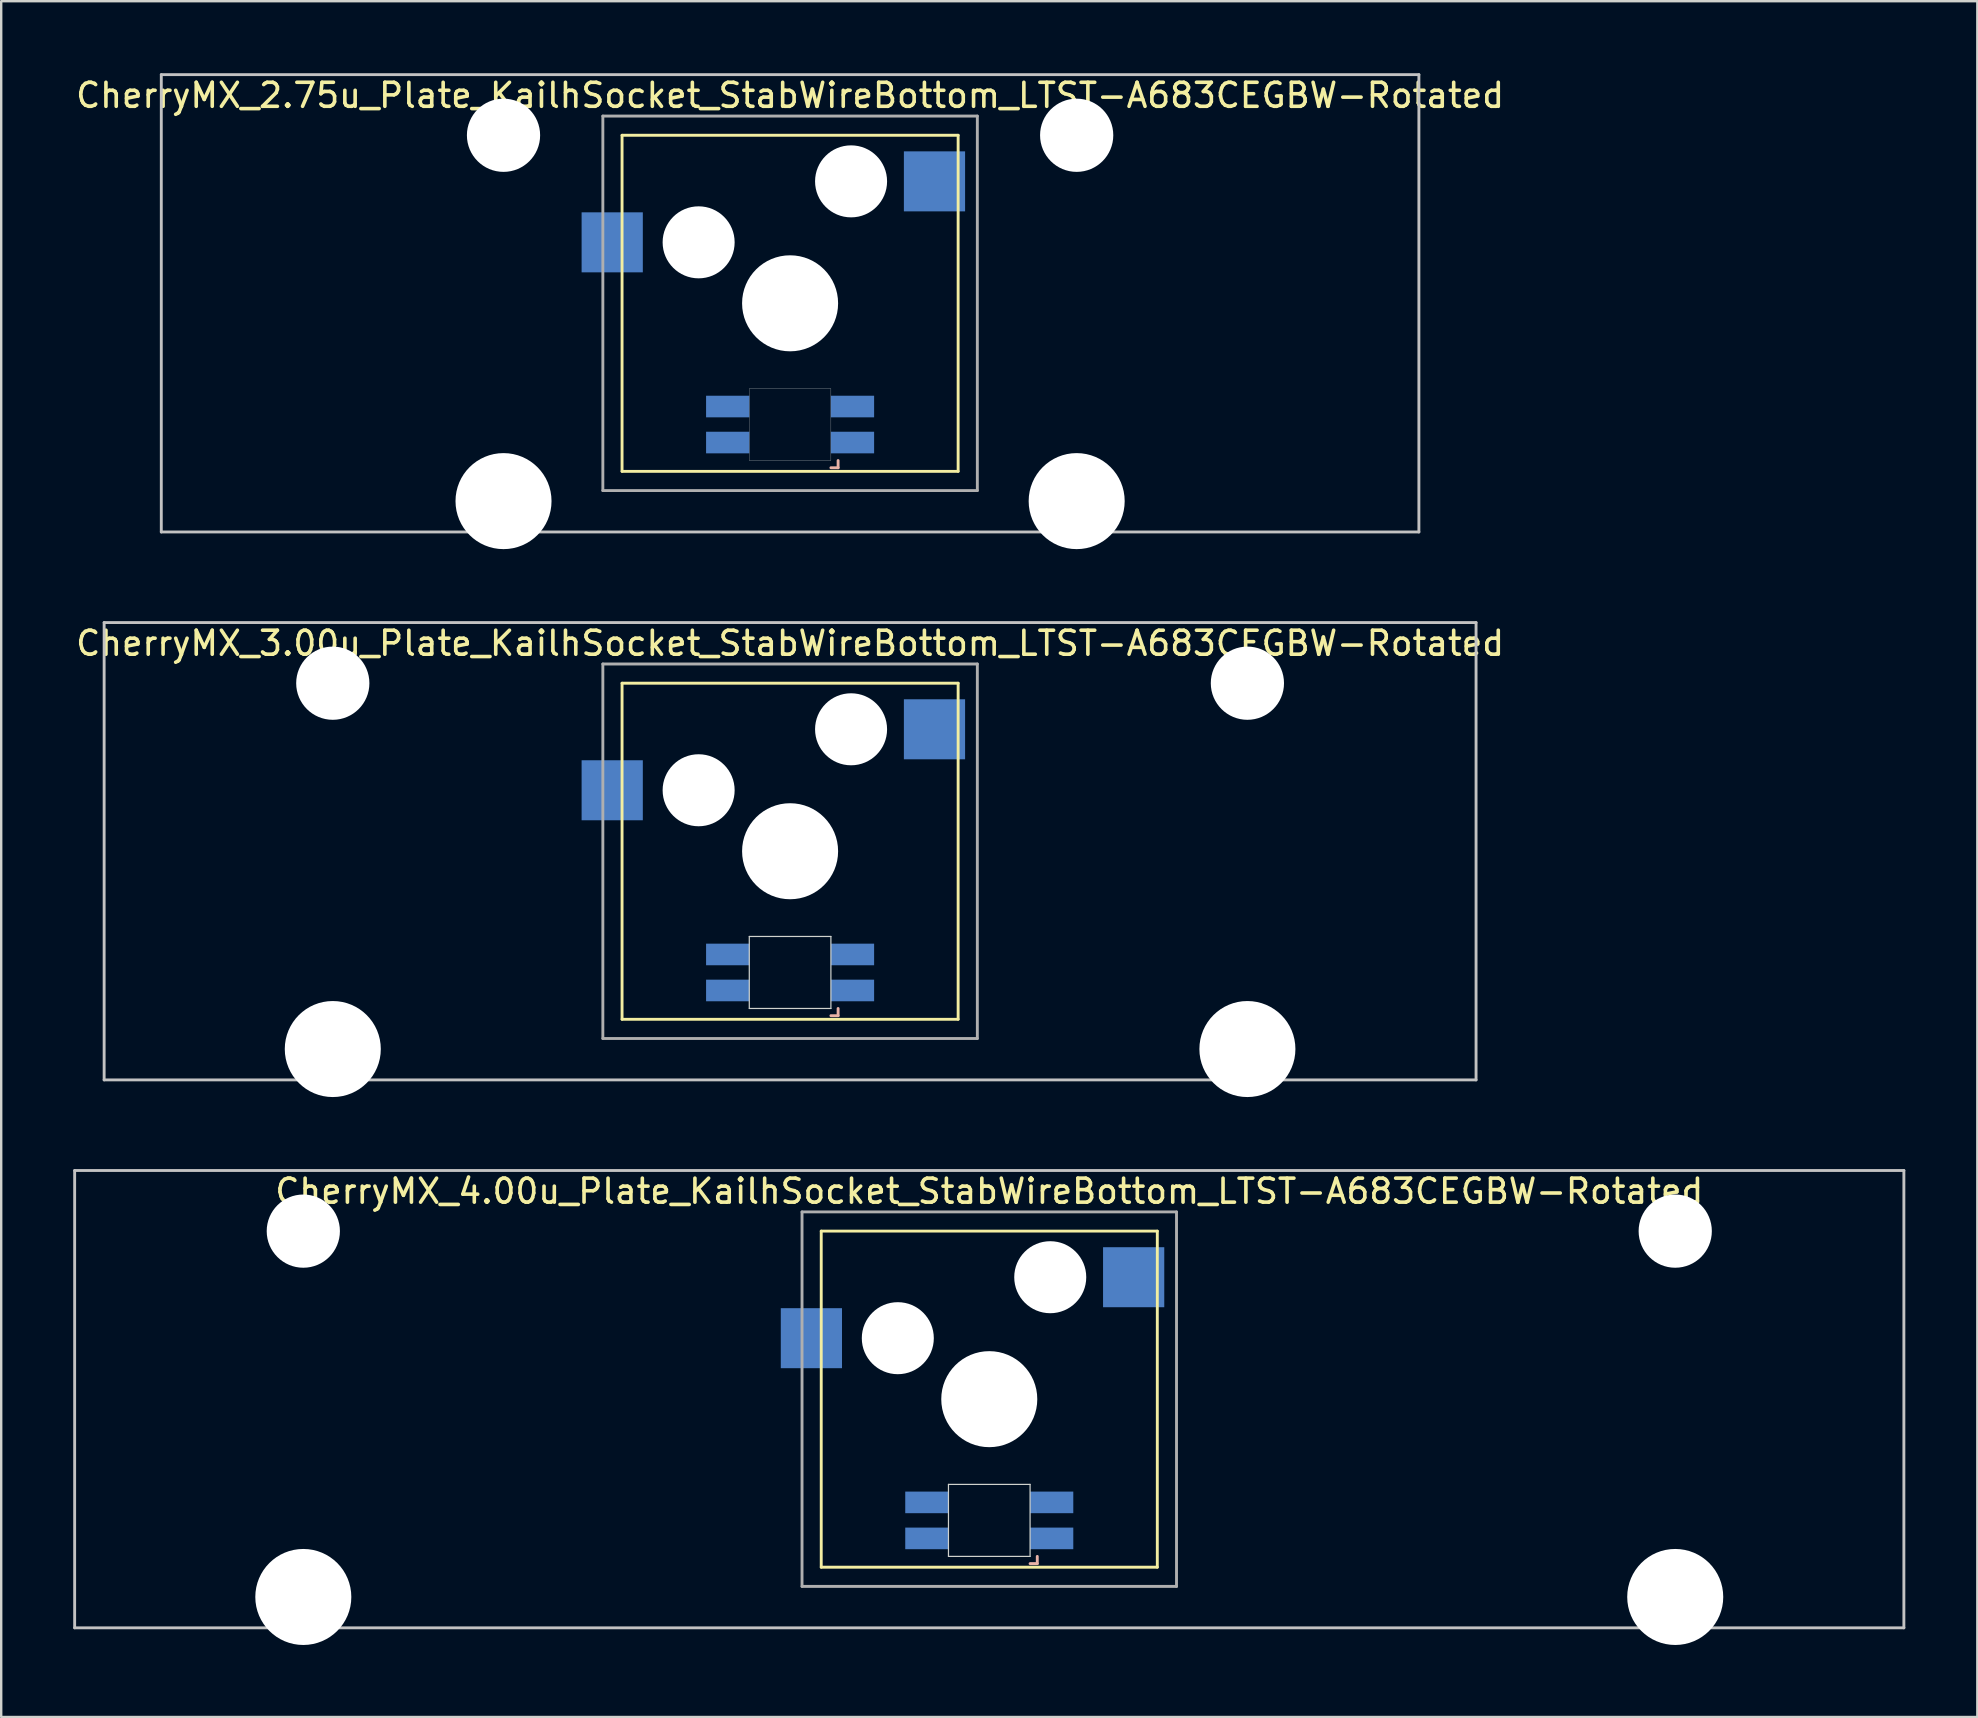
<source format=kicad_pcb>
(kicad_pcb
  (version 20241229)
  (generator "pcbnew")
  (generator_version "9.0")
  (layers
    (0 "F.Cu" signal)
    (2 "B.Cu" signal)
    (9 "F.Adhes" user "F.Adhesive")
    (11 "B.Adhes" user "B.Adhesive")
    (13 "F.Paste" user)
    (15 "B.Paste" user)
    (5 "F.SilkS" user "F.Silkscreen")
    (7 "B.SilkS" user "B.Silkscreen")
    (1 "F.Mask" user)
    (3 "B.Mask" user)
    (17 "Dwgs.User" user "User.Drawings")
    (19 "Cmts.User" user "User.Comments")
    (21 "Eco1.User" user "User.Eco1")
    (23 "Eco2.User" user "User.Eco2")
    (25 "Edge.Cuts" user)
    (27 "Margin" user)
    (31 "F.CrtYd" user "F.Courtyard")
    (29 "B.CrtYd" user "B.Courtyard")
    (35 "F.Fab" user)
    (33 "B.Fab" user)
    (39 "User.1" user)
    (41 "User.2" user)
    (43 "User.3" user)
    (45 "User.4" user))
  (footprint "CherryMX_2.75u_Plate_KailhSocket_StabWireBottom_LTST-A683CEGBW-Rotated"
    (layer "F.Cu")
    (at 29.863 9.585)
    (property "Reference" "CherryMX_2.75u_Plate_KailhSocket_StabWireBottom_LTST-A683CEGBW-Rotated" (at 0 -8.662 0) (layer "F.SilkS") (effects (font (size 1 1) (thickness 0.15))))
    (attr through_hole)
    (fp_line (start -7 -7) (end -7 7) (stroke (width 0.12) (type solid)) (layer "F.SilkS"))
    (fp_line (start -7 -7) (end 7 -7) (stroke (width 0.12) (type solid)) (layer "F.SilkS"))
    (fp_line (start 7 -7) (end 7 7) (stroke (width 0.12) (type solid)) (layer "F.SilkS"))
    (fp_line (start 7 7) (end -7 7) (stroke (width 0.12) (type solid)) (layer "F.SilkS"))
    (fp_line (start 1.7 6.85) (end 2 6.85) (stroke (width 0.12) (type solid)) (layer "B.SilkS"))
    (fp_line (start 2 6.85) (end 2 6.55) (stroke (width 0.12) (type solid)) (layer "B.SilkS"))
    (fp_line (start -26.194 -9.525) (end 26.194 -9.525) (stroke (width 0.12) (type solid)) (layer "Dwgs.User"))
    (fp_line (start -26.194 9.525) (end -26.194 -9.525) (stroke (width 0.12) (type solid)) (layer "Dwgs.User"))
    (fp_line (start 26.194 -9.525) (end 26.194 9.525) (stroke (width 0.12) (type solid)) (layer "Dwgs.User"))
    (fp_line (start 26.194 9.525) (end -26.194 9.525) (stroke (width 0.12) (type solid)) (layer "Dwgs.User"))
    (fp_poly (pts (xy -1.7 3.55) (xy 1.7 3.55) (xy 1.7 6.55) (xy -1.7 6.55)) (stroke (width 0.01) (type solid)) (fill no) (layer "Edge.Cuts"))
    (fp_line (start -7.8 -7.8) (end -7.8 7.8) (stroke (width 0.12) (type solid)) (layer "F.Fab"))
    (fp_line (start -7.8 -7.8) (end 7.8 -7.8) (stroke (width 0.12) (type solid)) (layer "F.Fab"))
    (fp_line (start -7.8 7.8) (end 7.8 7.8) (stroke (width 0.12) (type solid)) (layer "F.Fab"))
    (fp_line (start 7.8 -7.8) (end 7.8 7.8) (stroke (width 0.12) (type solid)) (layer "F.Fab"))
    (pad "" np_thru_hole circle (at -11.938 -7) (size 3.05 3.05) (drill 3.05) (layers "*.Cu" "*.Mask"))
    (pad "" np_thru_hole circle (at -11.938 8.24) (size 4 4) (drill 4) (layers "*.Cu" "*.Mask"))
    (pad "" np_thru_hole circle (at -3.81 -2.54) (size 3 3) (drill 3) (layers "*.Cu" "*.Mask"))
    (pad "" np_thru_hole circle (at 0 0) (size 4 4) (drill 4) (layers "*.Cu" "*.Mask"))
    (pad "" np_thru_hole circle (at 2.54 -5.08) (size 3 3) (drill 3) (layers "*.Cu" "*.Mask"))
    (pad "" np_thru_hole circle (at 11.938 -7) (size 3.05 3.05) (drill 3.05) (layers "*.Cu" "*.Mask"))
    (pad "" np_thru_hole circle (at 11.938 8.24) (size 4 4) (drill 4) (layers "*.Cu" "*.Mask"))
    (pad "1" smd rect (at -7.41 -2.54) (size 2.55 2.5) (layers "B.Cu" "B.Mask" "B.Paste"))
    (pad "2" smd rect (at 6.015 -5.08) (size 2.55 2.5) (layers "B.Cu" "B.Mask" "B.Paste"))
    (pad "3" smd rect (at 2.6 5.8 180) (size 1.8 0.9) (layers "B.Cu" "B.Mask" "B.Paste"))
    (pad "4" smd rect (at 2.6 4.3 180) (size 1.8 0.9) (layers "B.Cu" "B.Mask" "B.Paste"))
    (pad "5" smd rect (at -2.6 5.8 180) (size 1.8 0.9) (layers "B.Cu" "B.Mask" "B.Paste"))
    (pad "6" smd rect (at -2.6 4.3 180) (size 1.8 0.9) (layers "B.Cu" "B.Mask" "B.Paste")))
  (footprint "CherryMX_4.00u_Plate_KailhSocket_StabWireBottom_LTST-A683CEGBW-Rotated"
    (layer "F.Cu")
    (at 38.16 55.235)
    (property "Reference" "CherryMX_4.00u_Plate_KailhSocket_StabWireBottom_LTST-A683CEGBW-Rotated" (at 0 -8.662 0) (layer "F.SilkS") (effects (font (size 1 1) (thickness 0.15))))
    (attr through_hole)
    (fp_line (start -7 -7) (end -7 7) (stroke (width 0.12) (type solid)) (layer "F.SilkS"))
    (fp_line (start -7 -7) (end 7 -7) (stroke (width 0.12) (type solid)) (layer "F.SilkS"))
    (fp_line (start 7 -7) (end 7 7) (stroke (width 0.12) (type solid)) (layer "F.SilkS"))
    (fp_line (start 7 7) (end -7 7) (stroke (width 0.12) (type solid)) (layer "F.SilkS"))
    (fp_line (start 1.7 6.85) (end 2 6.85) (stroke (width 0.12) (type solid)) (layer "B.SilkS"))
    (fp_line (start 2 6.85) (end 2 6.55) (stroke (width 0.12) (type solid)) (layer "B.SilkS"))
    (fp_line (start -38.1 -9.525) (end 38.1 -9.525) (stroke (width 0.12) (type solid)) (layer "Dwgs.User"))
    (fp_line (start -38.1 9.525) (end -38.1 -9.525) (stroke (width 0.12) (type solid)) (layer "Dwgs.User"))
    (fp_line (start 38.1 -9.525) (end 38.1 9.525) (stroke (width 0.12) (type solid)) (layer "Dwgs.User"))
    (fp_line (start 38.1 9.525) (end -38.1 9.525) (stroke (width 0.12) (type solid)) (layer "Dwgs.User"))
    (fp_line (start -1.7 3.55) (end 1.7 3.55) (stroke (width 0.05) (type solid)) (layer "Edge.Cuts"))
    (fp_line (start -1.7 6.55) (end -1.7 3.55) (stroke (width 0.05) (type solid)) (layer "Edge.Cuts"))
    (fp_line (start 1.7 3.55) (end 1.7 6.55) (stroke (width 0.05) (type solid)) (layer "Edge.Cuts"))
    (fp_line (start 1.7 6.55) (end -1.7 6.55) (stroke (width 0.05) (type solid)) (layer "Edge.Cuts"))
    (fp_line (start -7.8 -7.8) (end -7.8 7.8) (stroke (width 0.12) (type solid)) (layer "F.Fab"))
    (fp_line (start -7.8 -7.8) (end 7.8 -7.8) (stroke (width 0.12) (type solid)) (layer "F.Fab"))
    (fp_line (start -7.8 7.8) (end 7.8 7.8) (stroke (width 0.12) (type solid)) (layer "F.Fab"))
    (fp_line (start 7.8 -7.8) (end 7.8 7.8) (stroke (width 0.12) (type solid)) (layer "F.Fab"))
    (pad "" np_thru_hole circle (at -28.575 -7) (size 3.05 3.05) (drill 3.05) (layers "*.Cu" "*.Mask"))
    (pad "" np_thru_hole circle (at -28.575 8.24) (size 4 4) (drill 4) (layers "*.Cu" "*.Mask"))
    (pad "" np_thru_hole circle (at -3.81 -2.54) (size 3 3) (drill 3) (layers "*.Cu" "*.Mask"))
    (pad "" np_thru_hole circle (at 0 0) (size 4 4) (drill 4) (layers "*.Cu" "*.Mask"))
    (pad "" np_thru_hole circle (at 2.54 -5.08) (size 3 3) (drill 3) (layers "*.Cu" "*.Mask"))
    (pad "" np_thru_hole circle (at 28.575 -7) (size 3.05 3.05) (drill 3.05) (layers "*.Cu" "*.Mask"))
    (pad "" np_thru_hole circle (at 28.575 8.24) (size 4 4) (drill 4) (layers "*.Cu" "*.Mask"))
    (pad "1" smd rect (at -7.41 -2.54) (size 2.55 2.5) (layers "B.Cu" "B.Mask" "B.Paste"))
    (pad "2" smd rect (at 6.015 -5.08) (size 2.55 2.5) (layers "B.Cu" "B.Mask" "B.Paste"))
    (pad "3" smd rect (at 2.6 5.8) (size 1.8 0.9) (layers "B.Cu" "B.Mask" "B.Paste"))
    (pad "4" smd rect (at 2.6 4.3) (size 1.8 0.9) (layers "B.Cu" "B.Mask" "B.Paste"))
    (pad "5" smd rect (at -2.6 5.8) (size 1.8 0.9) (layers "B.Cu" "B.Mask" "B.Paste"))
    (pad "6" smd rect (at -2.6 4.3) (size 1.8 0.9) (layers "B.Cu" "B.Mask" "B.Paste")))
  (footprint "CherryMX_3.00u_Plate_KailhSocket_StabWireBottom_LTST-A683CEGBW-Rotated"
    (layer "F.Cu")
    (at 29.863 32.41)
    (property "Reference" "CherryMX_3.00u_Plate_KailhSocket_StabWireBottom_LTST-A683CEGBW-Rotated" (at 0 -8.662 0) (layer "F.SilkS") (effects (font (size 1 1) (thickness 0.15))))
    (attr through_hole)
    (fp_line (start -7 -7) (end -7 7) (stroke (width 0.12) (type solid)) (layer "F.SilkS"))
    (fp_line (start -7 -7) (end 7 -7) (stroke (width 0.12) (type solid)) (layer "F.SilkS"))
    (fp_line (start 7 -7) (end 7 7) (stroke (width 0.12) (type solid)) (layer "F.SilkS"))
    (fp_line (start 7 7) (end -7 7) (stroke (width 0.12) (type solid)) (layer "F.SilkS"))
    (fp_line (start 1.7 6.85) (end 2 6.85) (stroke (width 0.12) (type solid)) (layer "B.SilkS"))
    (fp_line (start 2 6.85) (end 2 6.55) (stroke (width 0.12) (type solid)) (layer "B.SilkS"))
    (fp_line (start -28.575 -9.525) (end 28.575 -9.525) (stroke (width 0.12) (type solid)) (layer "Dwgs.User"))
    (fp_line (start -28.575 9.525) (end -28.575 -9.525) (stroke (width 0.12) (type solid)) (layer "Dwgs.User"))
    (fp_line (start 28.575 -9.525) (end 28.575 9.525) (stroke (width 0.12) (type solid)) (layer "Dwgs.User"))
    (fp_line (start 28.575 9.525) (end -28.575 9.525) (stroke (width 0.12) (type solid)) (layer "Dwgs.User"))
    (fp_line (start -1.7 3.55) (end 1.7 3.55) (stroke (width 0.05) (type solid)) (layer "Edge.Cuts"))
    (fp_line (start -1.7 6.55) (end -1.7 3.55) (stroke (width 0.05) (type solid)) (layer "Edge.Cuts"))
    (fp_line (start 1.7 3.55) (end 1.7 6.55) (stroke (width 0.05) (type solid)) (layer "Edge.Cuts"))
    (fp_line (start 1.7 6.55) (end -1.7 6.55) (stroke (width 0.05) (type solid)) (layer "Edge.Cuts"))
    (fp_line (start -7.8 -7.8) (end -7.8 7.8) (stroke (width 0.12) (type solid)) (layer "F.Fab"))
    (fp_line (start -7.8 -7.8) (end 7.8 -7.8) (stroke (width 0.12) (type solid)) (layer "F.Fab"))
    (fp_line (start -7.8 7.8) (end 7.8 7.8) (stroke (width 0.12) (type solid)) (layer "F.Fab"))
    (fp_line (start 7.8 -7.8) (end 7.8 7.8) (stroke (width 0.12) (type solid)) (layer "F.Fab"))
    (pad "" np_thru_hole circle (at -19.05 -7) (size 3.05 3.05) (drill 3.05) (layers "*.Cu" "*.Mask"))
    (pad "" np_thru_hole circle (at -19.05 8.24) (size 4 4) (drill 4) (layers "*.Cu" "*.Mask"))
    (pad "" np_thru_hole circle (at -3.81 -2.54) (size 3 3) (drill 3) (layers "*.Cu" "*.Mask"))
    (pad "" np_thru_hole circle (at 0 0) (size 4 4) (drill 4) (layers "*.Cu" "*.Mask"))
    (pad "" np_thru_hole circle (at 2.54 -5.08) (size 3 3) (drill 3) (layers "*.Cu" "*.Mask"))
    (pad "" np_thru_hole circle (at 19.05 -7) (size 3.05 3.05) (drill 3.05) (layers "*.Cu" "*.Mask"))
    (pad "" np_thru_hole circle (at 19.05 8.24) (size 4 4) (drill 4) (layers "*.Cu" "*.Mask"))
    (pad "1" smd rect (at -7.41 -2.54) (size 2.55 2.5) (layers "B.Cu" "B.Mask" "B.Paste"))
    (pad "2" smd rect (at 6.015 -5.08) (size 2.55 2.5) (layers "B.Cu" "B.Mask" "B.Paste"))
    (pad "3" smd rect (at 2.6 5.8) (size 1.8 0.9) (layers "B.Cu" "B.Mask" "B.Paste"))
    (pad "4" smd rect (at 2.6 4.3) (size 1.8 0.9) (layers "B.Cu" "B.Mask" "B.Paste"))
    (pad "5" smd rect (at -2.6 5.8) (size 1.8 0.9) (layers "B.Cu" "B.Mask" "B.Paste"))
    (pad "6" smd rect (at -2.6 4.3) (size 1.8 0.9) (layers "B.Cu" "B.Mask" "B.Paste")))
  (gr_rect
    (start -3 -3)
    (end 79.32 68.475)
    (stroke (width 0.1) (type default))
    (fill no)
    (layer "Edge.Cuts")))
</source>
